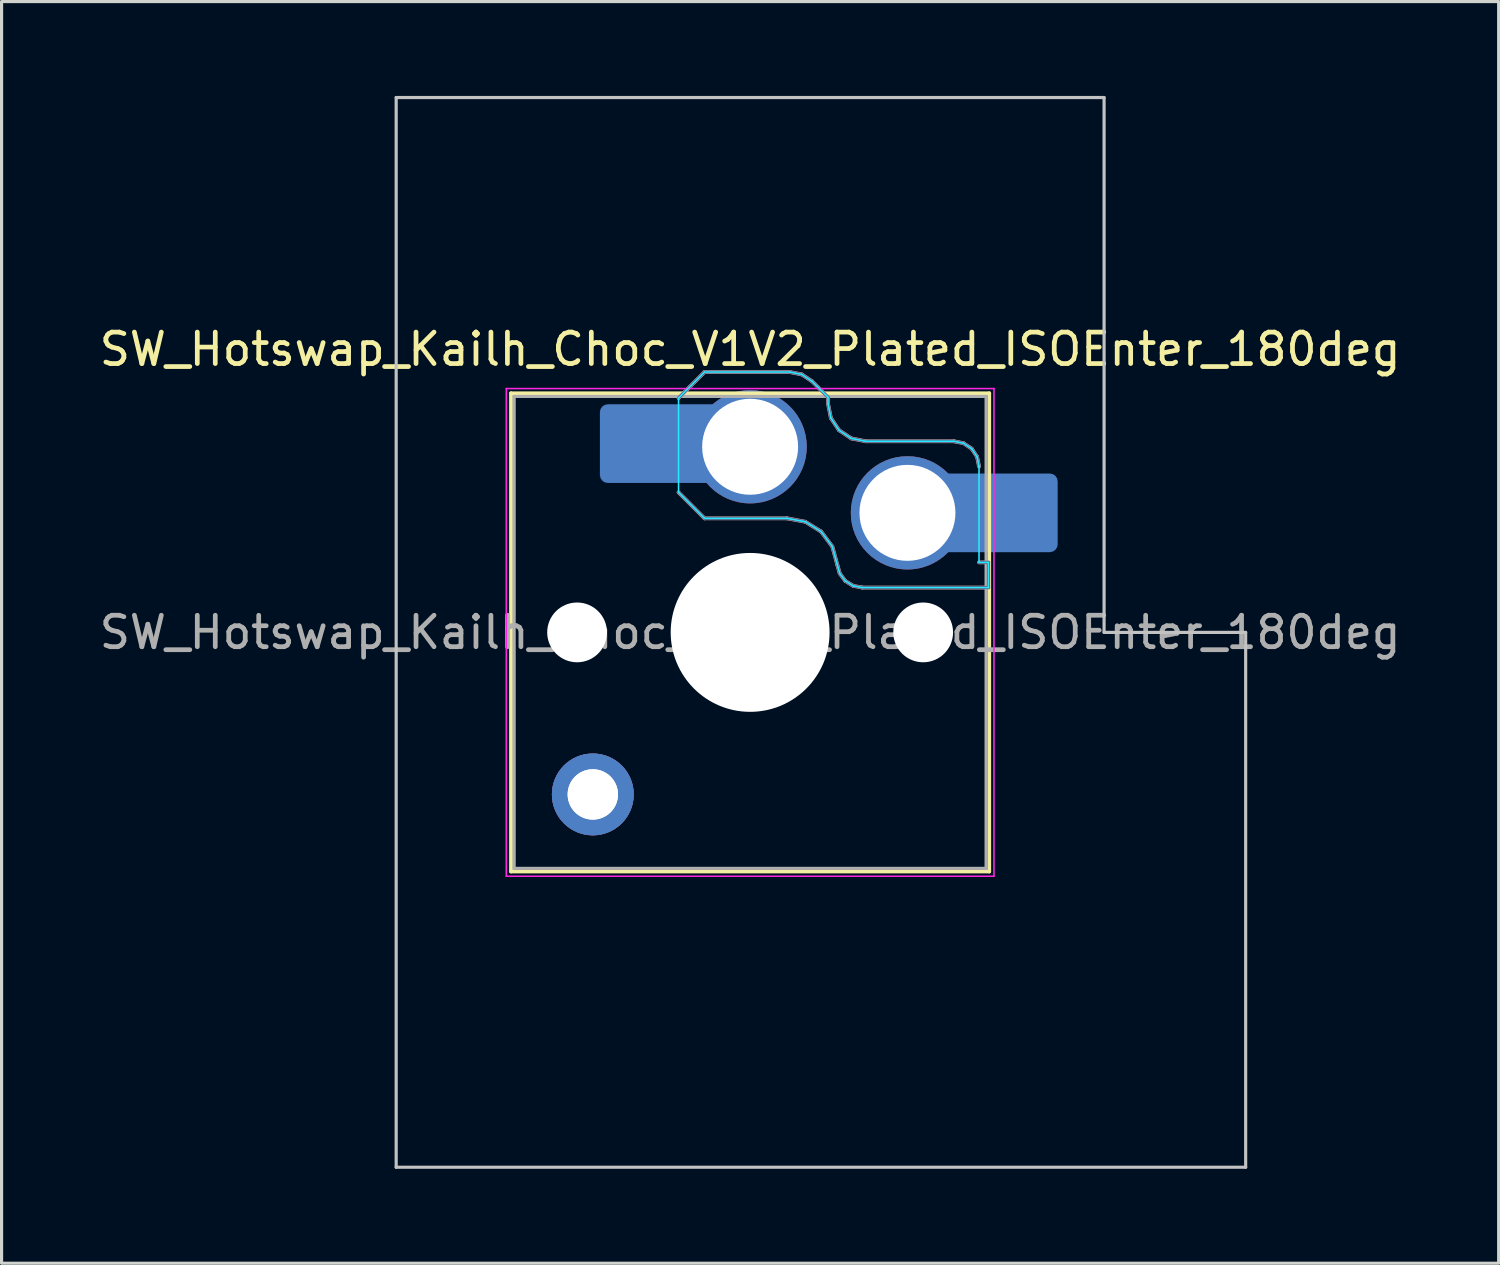
<source format=kicad_pcb>
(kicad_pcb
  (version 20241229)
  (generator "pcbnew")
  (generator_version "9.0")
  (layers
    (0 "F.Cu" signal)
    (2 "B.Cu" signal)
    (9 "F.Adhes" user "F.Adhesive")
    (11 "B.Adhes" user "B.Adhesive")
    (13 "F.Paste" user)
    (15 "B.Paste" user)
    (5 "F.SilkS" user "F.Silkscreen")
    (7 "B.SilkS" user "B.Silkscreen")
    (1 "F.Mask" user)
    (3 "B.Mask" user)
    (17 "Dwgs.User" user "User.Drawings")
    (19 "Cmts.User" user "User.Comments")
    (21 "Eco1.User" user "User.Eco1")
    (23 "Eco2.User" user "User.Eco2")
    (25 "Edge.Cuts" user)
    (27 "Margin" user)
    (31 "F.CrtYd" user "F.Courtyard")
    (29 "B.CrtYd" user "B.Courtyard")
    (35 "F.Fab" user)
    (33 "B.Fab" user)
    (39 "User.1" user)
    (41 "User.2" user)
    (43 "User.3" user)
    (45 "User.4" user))
  (footprint "SW_Hotswap_Kailh_Choc_V1V2_Plated_ISOEnter_180deg"
    (layer "F.Cu")
    (at 20.792 17.05)
    (property "Reference" "SW_Hotswap_Kailh_Choc_V1V2_Plated_ISOEnter_180deg" (at 0 -9 0) (layer "F.SilkS") (effects (font (size 1 1) (thickness 0.15))))
    (attr smd)
    (fp_line (start -7.6 -7.6) (end -7.6 7.6) (stroke (width 0.12) (type solid)) (layer "F.SilkS"))
    (fp_line (start -7.6 7.6) (end 7.6 7.6) (stroke (width 0.12) (type solid)) (layer "F.SilkS"))
    (fp_line (start 7.6 -7.6) (end -7.6 -7.6) (stroke (width 0.12) (type solid)) (layer "F.SilkS"))
    (fp_line (start 7.6 7.6) (end 7.6 -7.6) (stroke (width 0.12) (type solid)) (layer "F.SilkS"))
    (fp_line (start -2.275 -7.45) (end -1.45 -8.275) (stroke (width 0.12) (type solid)) (layer "B.SilkS"))
    (fp_line (start -1.45 -8.275) (end 1.261 -8.275) (stroke (width 0.12) (type solid)) (layer "B.SilkS"))
    (fp_line (start -1.45 -3.625) (end -2.275 -4.45) (stroke (width 0.12) (type solid)) (layer "B.SilkS"))
    (fp_line (start 1.175 -3.625) (end -1.45 -3.625) (stroke (width 0.12) (type solid)) (layer "B.SilkS"))
    (fp_line (start 1.261 -8.275) (end 1.643 -8.199) (stroke (width 0.12) (type solid)) (layer "B.SilkS"))
    (fp_line (start 1.643 -8.199) (end 1.968 -7.982) (stroke (width 0.12) (type solid)) (layer "B.SilkS"))
    (fp_line (start 1.756 -3.516) (end 1.175 -3.625) (stroke (width 0.12) (type solid)) (layer "B.SilkS"))
    (fp_line (start 1.968 -7.982) (end 2.475 -7.475) (stroke (width 0.12) (type solid)) (layer "B.SilkS"))
    (fp_line (start 2.258 -3.203) (end 1.756 -3.516) (stroke (width 0.12) (type solid)) (layer "B.SilkS"))
    (fp_line (start 2.475 -7.475) (end 2.475 -7.275) (stroke (width 0.12) (type solid)) (layer "B.SilkS"))
    (fp_line (start 2.475 -7.275) (end 2.566 -6.816) (stroke (width 0.12) (type solid)) (layer "B.SilkS"))
    (fp_line (start 2.566 -6.816) (end 2.826 -6.426) (stroke (width 0.12) (type solid)) (layer "B.SilkS"))
    (fp_line (start 2.612 -2.729) (end 2.258 -3.203) (stroke (width 0.12) (type solid)) (layer "B.SilkS"))
    (fp_line (start 2.769 -2.158) (end 2.612 -2.729) (stroke (width 0.12) (type solid)) (layer "B.SilkS"))
    (fp_line (start 2.826 -6.426) (end 3.216 -6.166) (stroke (width 0.12) (type solid)) (layer "B.SilkS"))
    (fp_line (start 2.848 -1.873) (end 2.769 -2.158) (stroke (width 0.12) (type solid)) (layer "B.SilkS"))
    (fp_line (start 3.025 -1.636) (end 2.848 -1.873) (stroke (width 0.12) (type solid)) (layer "B.SilkS"))
    (fp_line (start 3.216 -6.166) (end 3.675 -6.075) (stroke (width 0.12) (type solid)) (layer "B.SilkS"))
    (fp_line (start 3.276 -1.48) (end 3.025 -1.636) (stroke (width 0.12) (type solid)) (layer "B.SilkS"))
    (fp_line (start 3.567 -1.425) (end 3.276 -1.48) (stroke (width 0.12) (type solid)) (layer "B.SilkS"))
    (fp_line (start 3.675 -6.075) (end 6.475 -6.075) (stroke (width 0.12) (type solid)) (layer "B.SilkS"))
    (fp_line (start 6.475 -6.075) (end 6.781 -6.014) (stroke (width 0.12) (type solid)) (layer "B.SilkS"))
    (fp_line (start 6.781 -6.014) (end 7.041 -5.841) (stroke (width 0.12) (type solid)) (layer "B.SilkS"))
    (fp_line (start 7.041 -5.841) (end 7.214 -5.581) (stroke (width 0.12) (type solid)) (layer "B.SilkS"))
    (fp_line (start 7.214 -5.581) (end 7.275 -5.275) (stroke (width 0.12) (type solid)) (layer "B.SilkS"))
    (fp_line (start 7.275 -2.225) (end 7.575 -2.225) (stroke (width 0.12) (type solid)) (layer "B.SilkS"))
    (fp_line (start 7.575 -2.225) (end 7.575 -1.425) (stroke (width 0.12) (type solid)) (layer "B.SilkS"))
    (fp_line (start 7.575 -1.425) (end 3.567 -1.425) (stroke (width 0.12) (type solid)) (layer "B.SilkS"))
    (fp_line (start -11.25 -17) (end -11.25 17) (stroke (width 0.1) (type solid)) (layer "Dwgs.User"))
    (fp_line (start -11.25 17) (end 15.75 17) (stroke (width 0.1) (type solid)) (layer "Dwgs.User"))
    (fp_line (start 11.25 -17) (end -11.25 -17) (stroke (width 0.1) (type solid)) (layer "Dwgs.User"))
    (fp_line (start 11.25 0) (end 11.25 -17) (stroke (width 0.1) (type solid)) (layer "Dwgs.User"))
    (fp_line (start 15.75 0) (end 11.25 0) (stroke (width 0.1) (type solid)) (layer "Dwgs.User"))
    (fp_line (start 15.75 17) (end 15.75 0) (stroke (width 0.1) (type solid)) (layer "Dwgs.User"))
    (fp_line (start -7.25 -7.25) (end -7.25 7.25) (stroke (width 0.1) (type solid)) (layer "Eco1.User"))
    (fp_line (start -7.25 7.25) (end 7.25 7.25) (stroke (width 0.1) (type solid)) (layer "Eco1.User"))
    (fp_line (start 7.25 -7.25) (end -7.25 -7.25) (stroke (width 0.1) (type solid)) (layer "Eco1.User"))
    (fp_line (start 7.25 7.25) (end 7.25 -7.25) (stroke (width 0.1) (type solid)) (layer "Eco1.User"))
    (fp_line (start -2.275 -7.45) (end -1.45 -8.275) (stroke (width 0.05) (type solid)) (layer "B.CrtYd"))
    (fp_line (start -2.275 -4.45) (end -2.275 -7.45) (stroke (width 0.05) (type solid)) (layer "B.CrtYd"))
    (fp_line (start -1.45 -8.275) (end 1.261 -8.275) (stroke (width 0.05) (type solid)) (layer "B.CrtYd"))
    (fp_line (start -1.45 -3.625) (end -2.275 -4.45) (stroke (width 0.05) (type solid)) (layer "B.CrtYd"))
    (fp_line (start 1.175 -3.625) (end -1.45 -3.625) (stroke (width 0.05) (type solid)) (layer "B.CrtYd"))
    (fp_line (start 1.261 -8.275) (end 1.643 -8.199) (stroke (width 0.05) (type solid)) (layer "B.CrtYd"))
    (fp_line (start 1.643 -8.199) (end 1.968 -7.982) (stroke (width 0.05) (type solid)) (layer "B.CrtYd"))
    (fp_line (start 1.756 -3.516) (end 1.175 -3.625) (stroke (width 0.05) (type solid)) (layer "B.CrtYd"))
    (fp_line (start 1.968 -7.982) (end 2.475 -7.475) (stroke (width 0.05) (type solid)) (layer "B.CrtYd"))
    (fp_line (start 2.258 -3.203) (end 1.756 -3.516) (stroke (width 0.05) (type solid)) (layer "B.CrtYd"))
    (fp_line (start 2.475 -7.475) (end 2.475 -7.275) (stroke (width 0.05) (type solid)) (layer "B.CrtYd"))
    (fp_line (start 2.475 -7.275) (end 2.566 -6.816) (stroke (width 0.05) (type solid)) (layer "B.CrtYd"))
    (fp_line (start 2.566 -6.816) (end 2.826 -6.426) (stroke (width 0.05) (type solid)) (layer "B.CrtYd"))
    (fp_line (start 2.612 -2.729) (end 2.258 -3.203) (stroke (width 0.05) (type solid)) (layer "B.CrtYd"))
    (fp_line (start 2.769 -2.158) (end 2.612 -2.729) (stroke (width 0.05) (type solid)) (layer "B.CrtYd"))
    (fp_line (start 2.826 -6.426) (end 3.216 -6.166) (stroke (width 0.05) (type solid)) (layer "B.CrtYd"))
    (fp_line (start 2.848 -1.873) (end 2.769 -2.158) (stroke (width 0.05) (type solid)) (layer "B.CrtYd"))
    (fp_line (start 3.025 -1.636) (end 2.848 -1.873) (stroke (width 0.05) (type solid)) (layer "B.CrtYd"))
    (fp_line (start 3.216 -6.166) (end 3.675 -6.075) (stroke (width 0.05) (type solid)) (layer "B.CrtYd"))
    (fp_line (start 3.276 -1.48) (end 3.025 -1.636) (stroke (width 0.05) (type solid)) (layer "B.CrtYd"))
    (fp_line (start 3.567 -1.425) (end 3.276 -1.48) (stroke (width 0.05) (type solid)) (layer "B.CrtYd"))
    (fp_line (start 3.675 -6.075) (end 6.475 -6.075) (stroke (width 0.05) (type solid)) (layer "B.CrtYd"))
    (fp_line (start 6.475 -6.075) (end 6.781 -6.014) (stroke (width 0.05) (type solid)) (layer "B.CrtYd"))
    (fp_line (start 6.781 -6.014) (end 7.041 -5.841) (stroke (width 0.05) (type solid)) (layer "B.CrtYd"))
    (fp_line (start 7.041 -5.841) (end 7.214 -5.581) (stroke (width 0.05) (type solid)) (layer "B.CrtYd"))
    (fp_line (start 7.214 -5.581) (end 7.275 -5.275) (stroke (width 0.05) (type solid)) (layer "B.CrtYd"))
    (fp_line (start 7.275 -5.275) (end 7.275 -2.225) (stroke (width 0.05) (type solid)) (layer "B.CrtYd"))
    (fp_line (start 7.275 -2.225) (end 7.575 -2.225) (stroke (width 0.05) (type solid)) (layer "B.CrtYd"))
    (fp_line (start 7.575 -2.225) (end 7.575 -1.425) (stroke (width 0.05) (type solid)) (layer "B.CrtYd"))
    (fp_line (start 7.575 -1.425) (end 3.567 -1.425) (stroke (width 0.05) (type solid)) (layer "B.CrtYd"))
    (fp_line (start -7.75 -7.75) (end -7.75 7.75) (stroke (width 0.05) (type solid)) (layer "F.CrtYd"))
    (fp_line (start -7.75 7.75) (end 7.75 7.75) (stroke (width 0.05) (type solid)) (layer "F.CrtYd"))
    (fp_line (start 7.75 -7.75) (end -7.75 -7.75) (stroke (width 0.05) (type solid)) (layer "F.CrtYd"))
    (fp_line (start 7.75 7.75) (end 7.75 -7.75) (stroke (width 0.05) (type solid)) (layer "F.CrtYd"))
    (fp_line (start -2.275 -7.45) (end -1.45 -8.275) (stroke (width 0.1) (type solid)) (layer "B.Fab"))
    (fp_line (start -1.45 -8.275) (end 1.261 -8.275) (stroke (width 0.1) (type solid)) (layer "B.Fab"))
    (fp_line (start -1.45 -3.625) (end -2.275 -4.45) (stroke (width 0.1) (type solid)) (layer "B.Fab"))
    (fp_line (start 1.175 -3.625) (end -1.45 -3.625) (stroke (width 0.1) (type solid)) (layer "B.Fab"))
    (fp_line (start 1.261 -8.275) (end 1.643 -8.199) (stroke (width 0.1) (type solid)) (layer "B.Fab"))
    (fp_line (start 1.643 -8.199) (end 1.968 -7.982) (stroke (width 0.1) (type solid)) (layer "B.Fab"))
    (fp_line (start 1.756 -3.516) (end 1.175 -3.625) (stroke (width 0.1) (type solid)) (layer "B.Fab"))
    (fp_line (start 1.968 -7.982) (end 2.475 -7.475) (stroke (width 0.1) (type solid)) (layer "B.Fab"))
    (fp_line (start 2.258 -3.203) (end 1.756 -3.516) (stroke (width 0.1) (type solid)) (layer "B.Fab"))
    (fp_line (start 2.475 -7.475) (end 2.475 -7.275) (stroke (width 0.1) (type solid)) (layer "B.Fab"))
    (fp_line (start 2.475 -7.275) (end 2.566 -6.816) (stroke (width 0.1) (type solid)) (layer "B.Fab"))
    (fp_line (start 2.566 -6.816) (end 2.826 -6.426) (stroke (width 0.1) (type solid)) (layer "B.Fab"))
    (fp_line (start 2.612 -2.729) (end 2.258 -3.203) (stroke (width 0.1) (type solid)) (layer "B.Fab"))
    (fp_line (start 2.769 -2.158) (end 2.612 -2.729) (stroke (width 0.1) (type solid)) (layer "B.Fab"))
    (fp_line (start 2.826 -6.426) (end 3.216 -6.166) (stroke (width 0.1) (type solid)) (layer "B.Fab"))
    (fp_line (start 2.848 -1.873) (end 2.769 -2.158) (stroke (width 0.1) (type solid)) (layer "B.Fab"))
    (fp_line (start 3.025 -1.636) (end 2.848 -1.873) (stroke (width 0.1) (type solid)) (layer "B.Fab"))
    (fp_line (start 3.216 -6.166) (end 3.675 -6.075) (stroke (width 0.1) (type solid)) (layer "B.Fab"))
    (fp_line (start 3.276 -1.48) (end 3.025 -1.636) (stroke (width 0.1) (type solid)) (layer "B.Fab"))
    (fp_line (start 3.567 -1.425) (end 3.276 -1.48) (stroke (width 0.1) (type solid)) (layer "B.Fab"))
    (fp_line (start 3.675 -6.075) (end 6.475 -6.075) (stroke (width 0.1) (type solid)) (layer "B.Fab"))
    (fp_line (start 6.475 -6.075) (end 6.781 -6.014) (stroke (width 0.1) (type solid)) (layer "B.Fab"))
    (fp_line (start 6.781 -6.014) (end 7.041 -5.841) (stroke (width 0.1) (type solid)) (layer "B.Fab"))
    (fp_line (start 7.041 -5.841) (end 7.214 -5.581) (stroke (width 0.1) (type solid)) (layer "B.Fab"))
    (fp_line (start 7.214 -5.581) (end 7.275 -5.275) (stroke (width 0.1) (type solid)) (layer "B.Fab"))
    (fp_line (start 7.275 -2.225) (end 7.575 -2.225) (stroke (width 0.1) (type solid)) (layer "B.Fab"))
    (fp_line (start 7.575 -2.225) (end 7.575 -1.425) (stroke (width 0.1) (type solid)) (layer "B.Fab"))
    (fp_line (start 7.575 -1.425) (end 3.567 -1.425) (stroke (width 0.1) (type solid)) (layer "B.Fab"))
    (fp_line (start -7.5 -7.5) (end -7.5 7.5) (stroke (width 0.1) (type solid)) (layer "F.Fab"))
    (fp_line (start -7.5 7.5) (end 7.5 7.5) (stroke (width 0.1) (type solid)) (layer "F.Fab"))
    (fp_line (start 7.5 -7.5) (end -7.5 -7.5) (stroke (width 0.1) (type solid)) (layer "F.Fab"))
    (fp_line (start 7.5 7.5) (end 7.5 -7.5) (stroke (width 0.1) (type solid)) (layer "F.Fab"))
    (fp_text user "${REFERENCE}" (at 0 0 0) (layer "F.Fab") (effects (font (size 1 1) (thickness 0.15))))
    (pad "" np_thru_hole circle (at -5.5 0) (size 1.9 1.9) (drill 1.9) (layers "*.Cu" "*.Mask"))
    (pad "" thru_hole circle (at -5 5.15) (size 2.6 2.6) (drill 1.6) (layers "*.Cu" "B.Mask"))
    (pad "" thru_hole circle (at -5 5.15) (size 2.6 2.6) (drill 1.6) (layers "*.Cu" "B.Mask"))
    (pad "" smd roundrect (at -3.5 -6) (size 2.55 2.5) (layers "B.Mask" "B.Paste") (roundrect_rratio 0.1))
    (pad "" np_thru_hole circle (at 0 0) (size 5.05 5.05) (drill 5.05) (layers "*.Cu" "*.Mask"))
    (pad "" np_thru_hole circle (at 5.5 0) (size 1.9 1.9) (drill 1.9) (layers "*.Cu" "*.Mask"))
    (pad "" smd roundrect (at 8.5 -3.8) (size 2.55 2.5) (layers "B.Mask" "B.Paste") (roundrect_rratio 0.1))
    (pad "1" smd roundrect (at -2.85 -6) (size 3.85 2.5) (layers "B.Cu") (roundrect_rratio 0.1))
    (pad "1" thru_hole circle (at 0 -5.9) (size 3.6 3.6) (drill 3.05) (layers "*.Cu" "B.Mask"))
    (pad "2" thru_hole circle (at 5 -3.8) (size 3.6 3.6) (drill 3.05) (layers "*.Cu" "B.Mask"))
    (pad "2" smd roundrect (at 7.85 -3.8) (size 3.85 2.5) (layers "B.Cu") (roundrect_rratio 0.1)))
  (gr_rect
    (start -3 -3)
    (end 44.583 37.1)
    (stroke (width 0.1) (type default))
    (fill no)
    (layer "Edge.Cuts")))
</source>
